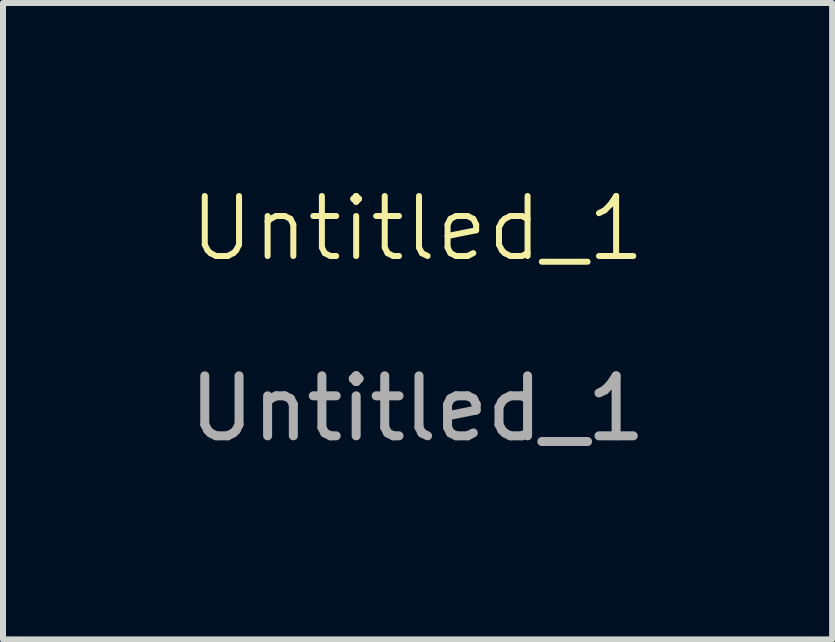
<source format=kicad_pcb>
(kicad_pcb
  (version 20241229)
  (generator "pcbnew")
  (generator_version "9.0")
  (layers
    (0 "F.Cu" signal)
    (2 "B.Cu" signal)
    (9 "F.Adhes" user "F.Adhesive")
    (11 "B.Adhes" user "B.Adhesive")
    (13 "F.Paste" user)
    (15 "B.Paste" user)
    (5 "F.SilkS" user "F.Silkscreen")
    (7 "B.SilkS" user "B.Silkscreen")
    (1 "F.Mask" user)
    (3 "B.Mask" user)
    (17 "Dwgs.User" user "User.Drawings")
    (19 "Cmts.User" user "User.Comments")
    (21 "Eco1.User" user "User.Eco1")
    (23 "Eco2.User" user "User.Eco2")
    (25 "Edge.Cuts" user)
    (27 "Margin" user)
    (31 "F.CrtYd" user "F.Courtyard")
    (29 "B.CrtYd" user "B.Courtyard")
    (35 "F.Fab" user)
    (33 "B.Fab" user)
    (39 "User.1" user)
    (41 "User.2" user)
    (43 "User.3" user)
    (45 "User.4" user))
  (footprint "Untitled_1"
    (layer "F.Cu")
    (at 3.911 1.26)
    (property "Reference" "Untitled_1" (at 0 -0.5 0) (unlocked yes) (layer "F.SilkS") (effects (font (size 1 1) (thickness 0.1))))
    (attr board_only exclude_from_pos_files exclude_from_bom)
    (fp_text user "${REFERENCE}" (at 0 2.5 0) (unlocked yes) (layer "F.Fab") (effects (font (size 1 1) (thickness 0.15)))))
  (gr_rect
    (start -3 -3)
    (end 10.821 7.609)
    (stroke (width 0.1) (type default))
    (fill no)
    (layer "Edge.Cuts")))
</source>
